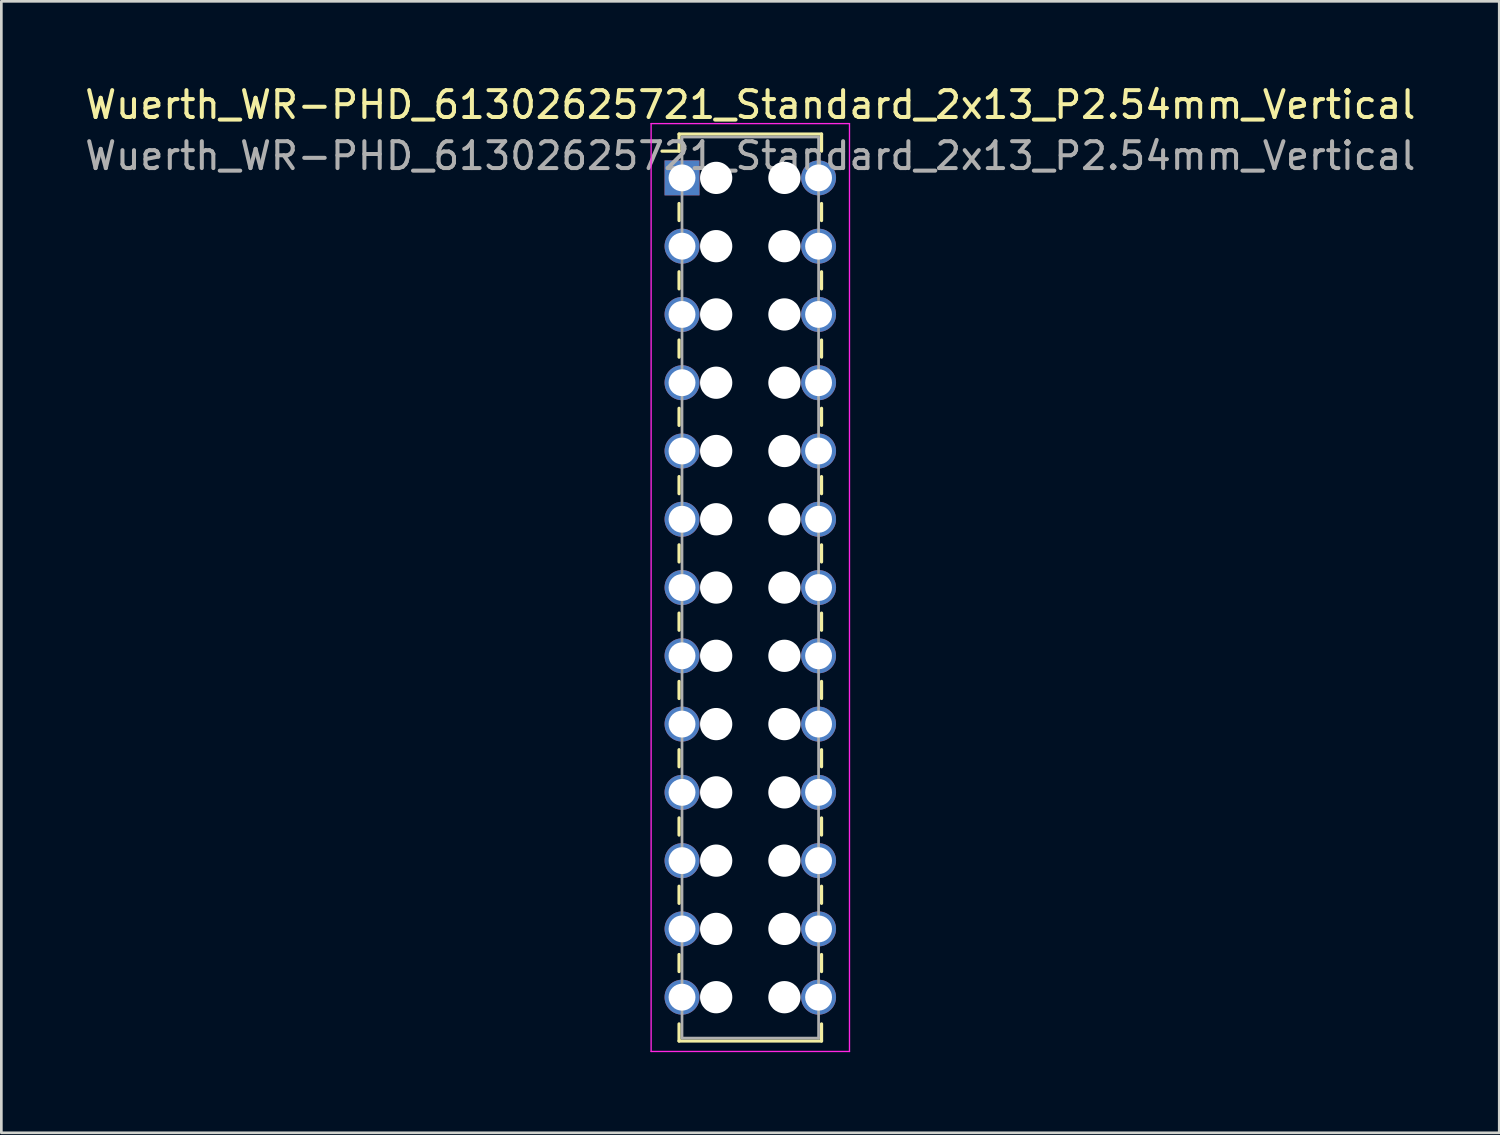
<source format=kicad_pcb>
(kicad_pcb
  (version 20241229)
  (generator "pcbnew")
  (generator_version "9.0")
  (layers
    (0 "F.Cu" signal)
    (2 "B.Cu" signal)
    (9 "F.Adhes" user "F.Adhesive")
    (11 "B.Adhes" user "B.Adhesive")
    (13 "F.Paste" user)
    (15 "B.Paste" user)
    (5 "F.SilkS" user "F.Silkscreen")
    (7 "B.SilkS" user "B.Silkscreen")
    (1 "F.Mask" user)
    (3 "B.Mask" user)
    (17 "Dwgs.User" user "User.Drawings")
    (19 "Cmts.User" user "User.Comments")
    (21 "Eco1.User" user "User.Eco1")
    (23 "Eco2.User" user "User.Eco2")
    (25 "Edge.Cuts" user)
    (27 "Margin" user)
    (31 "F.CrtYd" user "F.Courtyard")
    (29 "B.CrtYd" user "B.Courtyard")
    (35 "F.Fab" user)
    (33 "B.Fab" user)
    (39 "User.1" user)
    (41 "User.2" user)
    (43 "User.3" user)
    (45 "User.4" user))
  (footprint "Wuerth_WR-PHD_61302625721_Standard_2x13_P2.54mm_Vertical"
    (layer "F.Cu")
    (at 22.323 3.568)
    (property "Reference" "Wuerth_WR-PHD_61302625721_Standard_2x13_P2.54mm_Vertical" (at 2.54 -2.72 0) (layer "F.SilkS") (effects (font (size 1 1) (thickness 0.15))))
    (attr through_hole)
    (fp_line (start -0.11 -1.63) (end -0.11 -0.995) (stroke (width 0.12) (type solid)) (layer "F.SilkS"))
    (fp_line (start -0.11 -1.63) (end 5.19 -1.63) (stroke (width 0.12) (type solid)) (layer "F.SilkS"))
    (fp_line (start -0.11 -0.995) (end -0.745 -0.995) (stroke (width 0.12) (type solid)) (layer "F.SilkS"))
    (fp_line (start -0.11 0.953) (end -0.11 1.587) (stroke (width 0.12) (type solid)) (layer "F.SilkS"))
    (fp_line (start -0.11 3.493) (end -0.11 4.128) (stroke (width 0.12) (type solid)) (layer "F.SilkS"))
    (fp_line (start -0.11 6.032) (end -0.11 6.668) (stroke (width 0.12) (type solid)) (layer "F.SilkS"))
    (fp_line (start -0.11 8.572) (end -0.11 9.207) (stroke (width 0.12) (type solid)) (layer "F.SilkS"))
    (fp_line (start -0.11 11.113) (end -0.11 11.748) (stroke (width 0.12) (type solid)) (layer "F.SilkS"))
    (fp_line (start -0.11 13.652) (end -0.11 14.287) (stroke (width 0.12) (type solid)) (layer "F.SilkS"))
    (fp_line (start -0.11 16.192) (end -0.11 16.828) (stroke (width 0.12) (type solid)) (layer "F.SilkS"))
    (fp_line (start -0.11 18.733) (end -0.11 19.367) (stroke (width 0.12) (type solid)) (layer "F.SilkS"))
    (fp_line (start -0.11 21.273) (end -0.11 21.907) (stroke (width 0.12) (type solid)) (layer "F.SilkS"))
    (fp_line (start -0.11 23.812) (end -0.11 24.448) (stroke (width 0.12) (type solid)) (layer "F.SilkS"))
    (fp_line (start -0.11 26.352) (end -0.11 26.988) (stroke (width 0.12) (type solid)) (layer "F.SilkS"))
    (fp_line (start -0.11 28.892) (end -0.11 29.527) (stroke (width 0.12) (type solid)) (layer "F.SilkS"))
    (fp_line (start -0.11 32.11) (end -0.11 31.475) (stroke (width 0.12) (type solid)) (layer "F.SilkS"))
    (fp_line (start -0.11 32.11) (end 5.19 32.11) (stroke (width 0.12) (type solid)) (layer "F.SilkS"))
    (fp_line (start 5.19 -1.63) (end 5.19 -0.995) (stroke (width 0.12) (type solid)) (layer "F.SilkS"))
    (fp_line (start 5.19 0.953) (end 5.19 1.587) (stroke (width 0.12) (type solid)) (layer "F.SilkS"))
    (fp_line (start 5.19 3.493) (end 5.19 4.128) (stroke (width 0.12) (type solid)) (layer "F.SilkS"))
    (fp_line (start 5.19 6.032) (end 5.19 6.668) (stroke (width 0.12) (type solid)) (layer "F.SilkS"))
    (fp_line (start 5.19 8.572) (end 5.19 9.207) (stroke (width 0.12) (type solid)) (layer "F.SilkS"))
    (fp_line (start 5.19 11.113) (end 5.19 11.748) (stroke (width 0.12) (type solid)) (layer "F.SilkS"))
    (fp_line (start 5.19 13.652) (end 5.19 14.287) (stroke (width 0.12) (type solid)) (layer "F.SilkS"))
    (fp_line (start 5.19 16.192) (end 5.19 16.828) (stroke (width 0.12) (type solid)) (layer "F.SilkS"))
    (fp_line (start 5.19 18.733) (end 5.19 19.367) (stroke (width 0.12) (type solid)) (layer "F.SilkS"))
    (fp_line (start 5.19 21.273) (end 5.19 21.907) (stroke (width 0.12) (type solid)) (layer "F.SilkS"))
    (fp_line (start 5.19 23.812) (end 5.19 24.448) (stroke (width 0.12) (type solid)) (layer "F.SilkS"))
    (fp_line (start 5.19 26.352) (end 5.19 26.988) (stroke (width 0.12) (type solid)) (layer "F.SilkS"))
    (fp_line (start 5.19 28.892) (end 5.19 29.527) (stroke (width 0.12) (type solid)) (layer "F.SilkS"))
    (fp_line (start 5.19 32.11) (end 5.19 31.475) (stroke (width 0.12) (type solid)) (layer "F.SilkS"))
    (fp_line (start -1.15 -2.02) (end -1.15 32.5) (stroke (width 0.05) (type solid)) (layer "F.CrtYd"))
    (fp_line (start -1.15 32.5) (end 6.23 32.5) (stroke (width 0.05) (type solid)) (layer "F.CrtYd"))
    (fp_line (start 6.23 -2.02) (end -1.15 -2.02) (stroke (width 0.05) (type solid)) (layer "F.CrtYd"))
    (fp_line (start 6.23 32.5) (end 6.23 -2.02) (stroke (width 0.05) (type solid)) (layer "F.CrtYd"))
    (fp_line (start 0 -1.52) (end 0 32) (stroke (width 0.1) (type solid)) (layer "F.Fab"))
    (fp_line (start 0 32) (end 5.08 32) (stroke (width 0.1) (type solid)) (layer "F.Fab"))
    (fp_line (start 5.08 -1.52) (end 0 -1.52) (stroke (width 0.1) (type solid)) (layer "F.Fab"))
    (fp_line (start 5.08 32) (end 5.08 -1.52) (stroke (width 0.1) (type solid)) (layer "F.Fab"))
    (fp_text user "${REFERENCE}" (at 2.54 -0.82 0) (layer "F.Fab") (effects (font (size 1 1) (thickness 0.15))))
    (pad "" np_thru_hole circle (at 1.27 0) (size 1.2 1.2) (drill 1.2) (layers "*.Cu" "*.Mask"))
    (pad "" np_thru_hole circle (at 1.27 2.54) (size 1.2 1.2) (drill 1.2) (layers "*.Cu" "*.Mask"))
    (pad "" np_thru_hole circle (at 1.27 5.08) (size 1.2 1.2) (drill 1.2) (layers "*.Cu" "*.Mask"))
    (pad "" np_thru_hole circle (at 1.27 7.62) (size 1.2 1.2) (drill 1.2) (layers "*.Cu" "*.Mask"))
    (pad "" np_thru_hole circle (at 1.27 10.16) (size 1.2 1.2) (drill 1.2) (layers "*.Cu" "*.Mask"))
    (pad "" np_thru_hole circle (at 1.27 12.7) (size 1.2 1.2) (drill 1.2) (layers "*.Cu" "*.Mask"))
    (pad "" np_thru_hole circle (at 1.27 15.24) (size 1.2 1.2) (drill 1.2) (layers "*.Cu" "*.Mask"))
    (pad "" np_thru_hole circle (at 1.27 17.78) (size 1.2 1.2) (drill 1.2) (layers "*.Cu" "*.Mask"))
    (pad "" np_thru_hole circle (at 1.27 20.32) (size 1.2 1.2) (drill 1.2) (layers "*.Cu" "*.Mask"))
    (pad "" np_thru_hole circle (at 1.27 22.86) (size 1.2 1.2) (drill 1.2) (layers "*.Cu" "*.Mask"))
    (pad "" np_thru_hole circle (at 1.27 25.4) (size 1.2 1.2) (drill 1.2) (layers "*.Cu" "*.Mask"))
    (pad "" np_thru_hole circle (at 1.27 27.94) (size 1.2 1.2) (drill 1.2) (layers "*.Cu" "*.Mask"))
    (pad "" np_thru_hole circle (at 1.27 30.48) (size 1.2 1.2) (drill 1.2) (layers "*.Cu" "*.Mask"))
    (pad "" np_thru_hole circle (at 3.81 0) (size 1.2 1.2) (drill 1.2) (layers "*.Cu" "*.Mask"))
    (pad "" np_thru_hole circle (at 3.81 2.54) (size 1.2 1.2) (drill 1.2) (layers "*.Cu" "*.Mask"))
    (pad "" np_thru_hole circle (at 3.81 5.08) (size 1.2 1.2) (drill 1.2) (layers "*.Cu" "*.Mask"))
    (pad "" np_thru_hole circle (at 3.81 7.62) (size 1.2 1.2) (drill 1.2) (layers "*.Cu" "*.Mask"))
    (pad "" np_thru_hole circle (at 3.81 10.16) (size 1.2 1.2) (drill 1.2) (layers "*.Cu" "*.Mask"))
    (pad "" np_thru_hole circle (at 3.81 12.7) (size 1.2 1.2) (drill 1.2) (layers "*.Cu" "*.Mask"))
    (pad "" np_thru_hole circle (at 3.81 15.24) (size 1.2 1.2) (drill 1.2) (layers "*.Cu" "*.Mask"))
    (pad "" np_thru_hole circle (at 3.81 17.78) (size 1.2 1.2) (drill 1.2) (layers "*.Cu" "*.Mask"))
    (pad "" np_thru_hole circle (at 3.81 20.32) (size 1.2 1.2) (drill 1.2) (layers "*.Cu" "*.Mask"))
    (pad "" np_thru_hole circle (at 3.81 22.86) (size 1.2 1.2) (drill 1.2) (layers "*.Cu" "*.Mask"))
    (pad "" np_thru_hole circle (at 3.81 25.4) (size 1.2 1.2) (drill 1.2) (layers "*.Cu" "*.Mask"))
    (pad "" np_thru_hole circle (at 3.81 27.94) (size 1.2 1.2) (drill 1.2) (layers "*.Cu" "*.Mask"))
    (pad "" np_thru_hole circle (at 3.81 30.48) (size 1.2 1.2) (drill 1.2) (layers "*.Cu" "*.Mask"))
    (pad "1" thru_hole rect (at 0 0) (size 1.3 1.3) (drill 1) (layers "*.Cu" "*.Mask"))
    (pad "2" thru_hole circle (at 5.08 0) (size 1.3 1.3) (drill 1) (layers "*.Cu" "*.Mask"))
    (pad "3" thru_hole circle (at 0 2.54) (size 1.3 1.3) (drill 1) (layers "*.Cu" "*.Mask"))
    (pad "4" thru_hole circle (at 5.08 2.54) (size 1.3 1.3) (drill 1) (layers "*.Cu" "*.Mask"))
    (pad "5" thru_hole circle (at 0 5.08) (size 1.3 1.3) (drill 1) (layers "*.Cu" "*.Mask"))
    (pad "6" thru_hole circle (at 5.08 5.08) (size 1.3 1.3) (drill 1) (layers "*.Cu" "*.Mask"))
    (pad "7" thru_hole circle (at 0 7.62) (size 1.3 1.3) (drill 1) (layers "*.Cu" "*.Mask"))
    (pad "8" thru_hole circle (at 5.08 7.62) (size 1.3 1.3) (drill 1) (layers "*.Cu" "*.Mask"))
    (pad "9" thru_hole circle (at 0 10.16) (size 1.3 1.3) (drill 1) (layers "*.Cu" "*.Mask"))
    (pad "10" thru_hole circle (at 5.08 10.16) (size 1.3 1.3) (drill 1) (layers "*.Cu" "*.Mask"))
    (pad "11" thru_hole circle (at 0 12.7) (size 1.3 1.3) (drill 1) (layers "*.Cu" "*.Mask"))
    (pad "12" thru_hole circle (at 5.08 12.7) (size 1.3 1.3) (drill 1) (layers "*.Cu" "*.Mask"))
    (pad "13" thru_hole circle (at 0 15.24) (size 1.3 1.3) (drill 1) (layers "*.Cu" "*.Mask"))
    (pad "14" thru_hole circle (at 5.08 15.24) (size 1.3 1.3) (drill 1) (layers "*.Cu" "*.Mask"))
    (pad "15" thru_hole circle (at 0 17.78) (size 1.3 1.3) (drill 1) (layers "*.Cu" "*.Mask"))
    (pad "16" thru_hole circle (at 5.08 17.78) (size 1.3 1.3) (drill 1) (layers "*.Cu" "*.Mask"))
    (pad "17" thru_hole circle (at 0 20.32) (size 1.3 1.3) (drill 1) (layers "*.Cu" "*.Mask"))
    (pad "18" thru_hole circle (at 5.08 20.32) (size 1.3 1.3) (drill 1) (layers "*.Cu" "*.Mask"))
    (pad "19" thru_hole circle (at 0 22.86) (size 1.3 1.3) (drill 1) (layers "*.Cu" "*.Mask"))
    (pad "20" thru_hole circle (at 5.08 22.86) (size 1.3 1.3) (drill 1) (layers "*.Cu" "*.Mask"))
    (pad "21" thru_hole circle (at 0 25.4) (size 1.3 1.3) (drill 1) (layers "*.Cu" "*.Mask"))
    (pad "22" thru_hole circle (at 5.08 25.4) (size 1.3 1.3) (drill 1) (layers "*.Cu" "*.Mask"))
    (pad "23" thru_hole circle (at 0 27.94) (size 1.3 1.3) (drill 1) (layers "*.Cu" "*.Mask"))
    (pad "24" thru_hole circle (at 5.08 27.94) (size 1.3 1.3) (drill 1) (layers "*.Cu" "*.Mask"))
    (pad "25" thru_hole circle (at 0 30.48) (size 1.3 1.3) (drill 1) (layers "*.Cu" "*.Mask"))
    (pad "26" thru_hole circle (at 5.08 30.48) (size 1.3 1.3) (drill 1) (layers "*.Cu" "*.Mask")))
  (gr_rect
    (start -3 -3)
    (end 52.726 39.093)
    (stroke (width 0.1) (type default))
    (fill no)
    (layer "Edge.Cuts")))
</source>
